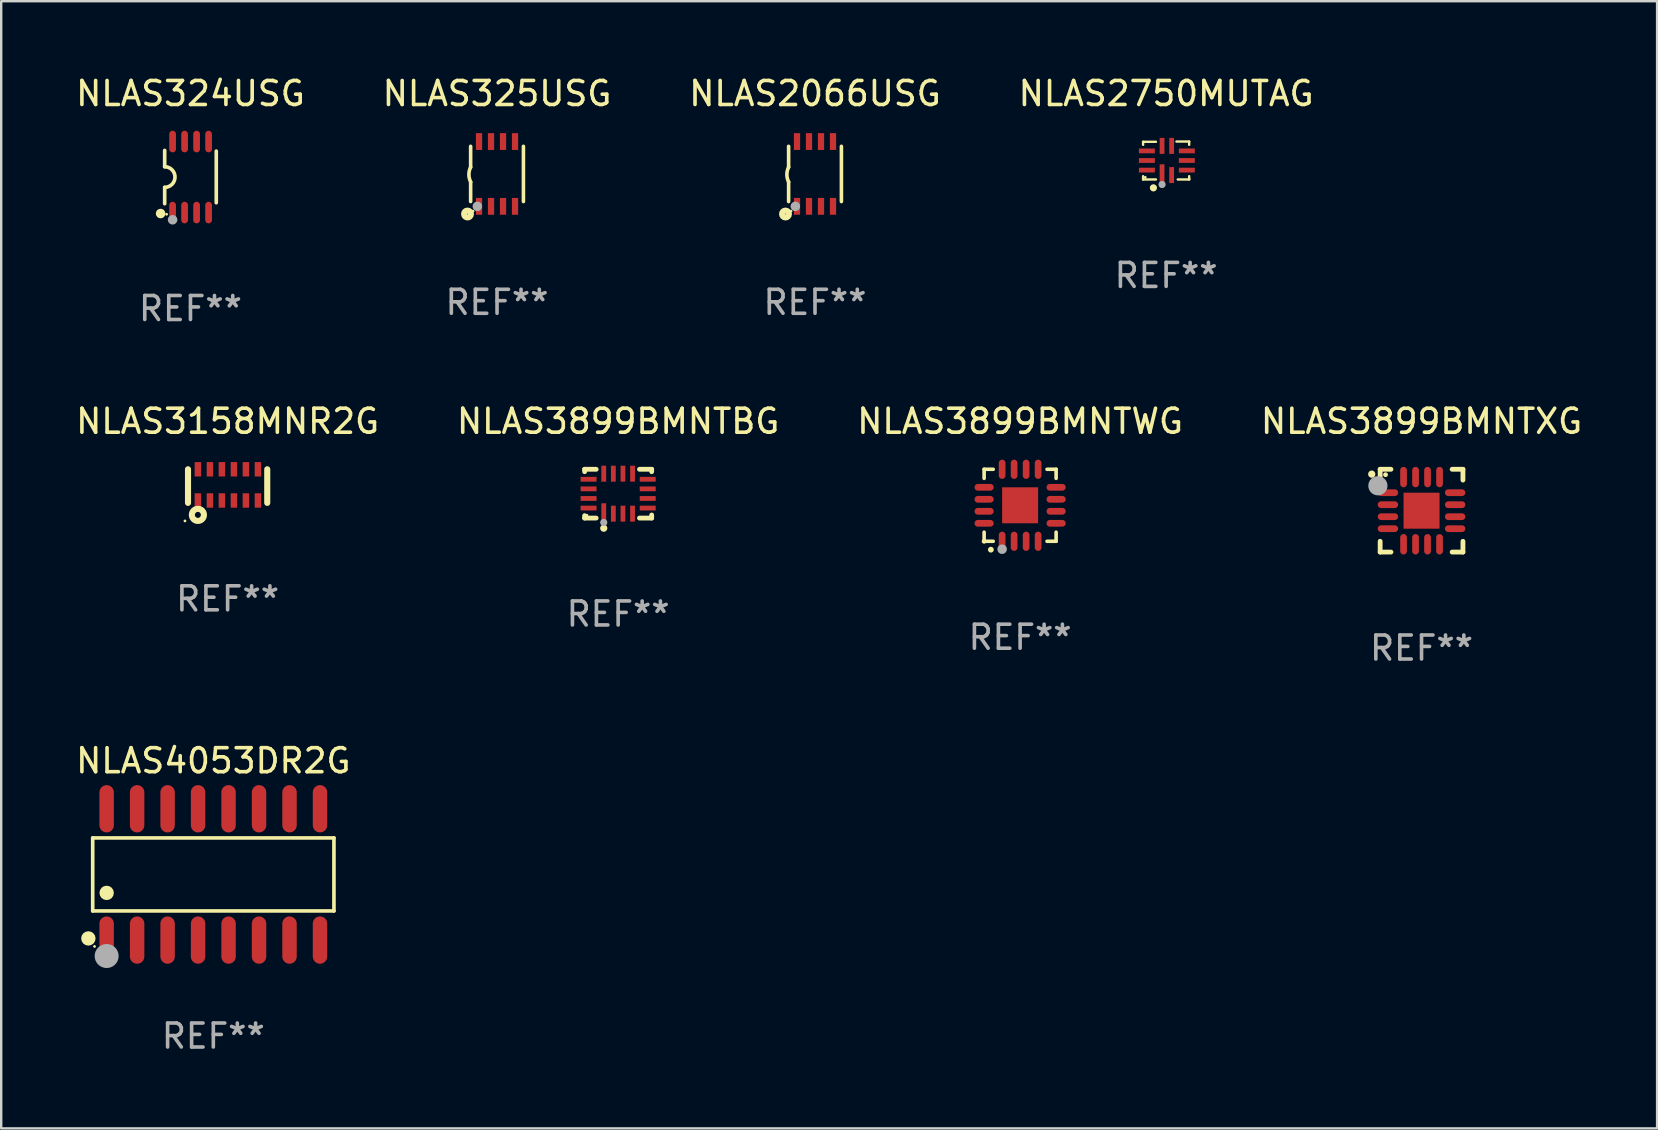
<source format=kicad_pcb>
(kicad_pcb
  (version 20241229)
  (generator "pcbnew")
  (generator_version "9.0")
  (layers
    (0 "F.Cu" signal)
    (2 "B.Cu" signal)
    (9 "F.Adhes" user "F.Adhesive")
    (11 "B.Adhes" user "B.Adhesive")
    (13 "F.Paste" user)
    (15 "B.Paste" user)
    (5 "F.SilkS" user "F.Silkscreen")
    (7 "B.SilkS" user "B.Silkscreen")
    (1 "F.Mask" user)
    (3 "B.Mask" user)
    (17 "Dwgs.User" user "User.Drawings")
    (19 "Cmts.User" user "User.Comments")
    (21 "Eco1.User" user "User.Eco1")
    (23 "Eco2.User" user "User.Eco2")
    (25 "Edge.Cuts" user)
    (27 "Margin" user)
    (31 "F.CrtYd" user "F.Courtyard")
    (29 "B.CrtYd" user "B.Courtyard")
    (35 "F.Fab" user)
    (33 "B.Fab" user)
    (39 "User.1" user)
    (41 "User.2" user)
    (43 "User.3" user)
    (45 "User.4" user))
  (footprint "NLAS3899BMNTWG"
    (layer "F.Cu")
    (at 39.458 18.005)
    (property "Reference" "NLAS3899BMNTWG" (at 0 -3.5 0) (layer "F.SilkS") (effects (font (size 1 1) (thickness 0.15))))
    (attr through_hole)
    (fp_line (start -1.5 -1.5) (end -1.121 -1.5) (stroke (width 0.15) (type solid)) (layer "F.SilkS"))
    (fp_line (start -1.5 -1.122) (end -1.5 -1.5) (stroke (width 0.15) (type solid)) (layer "F.SilkS"))
    (fp_line (start -1.5 1.5) (end -1.5 1.121) (stroke (width 0.15) (type solid)) (layer "F.SilkS"))
    (fp_line (start -1.121 1.5) (end -1.5 1.5) (stroke (width 0.15) (type solid)) (layer "F.SilkS"))
    (fp_line (start 1.121 -1.5) (end 1.5 -1.5) (stroke (width 0.15) (type solid)) (layer "F.SilkS"))
    (fp_line (start 1.5 -1.5) (end 1.5 -1.122) (stroke (width 0.15) (type solid)) (layer "F.SilkS"))
    (fp_line (start 1.5 1.121) (end 1.5 1.5) (stroke (width 0.15) (type solid)) (layer "F.SilkS"))
    (fp_line (start 1.5 1.5) (end 1.121 1.5) (stroke (width 0.15) (type solid)) (layer "F.SilkS"))
    (fp_arc (start -1.219926 1.850254) (mid -1.21891 1.85025) (end -1.217894 1.850254) (stroke (width 0.240005) (type solid)) (layer "F.SilkS"))
    (fp_circle (center -1.5 1.5) (end -1.45 1.5) (stroke (width 0.1) (type solid)) (fill no) (layer "F.SilkS"))
    (fp_circle (center -0.75 1.83) (end -0.65 1.83) (stroke (width 0.2) (type solid)) (fill no) (layer "F.Fab"))
    (fp_text user "REF**" (at 0 5.5 0) (layer "F.Fab") (effects (font (size 1 1) (thickness 0.15))))
    (pad "1" smd oval (at -0.75 1.5) (size 0.28 0.8) (layers "F.Cu" "F.Mask" "F.Paste"))
    (pad "2" smd oval (at -0.25 1.5) (size 0.28 0.8) (layers "F.Cu" "F.Mask" "F.Paste"))
    (pad "3" smd oval (at 0.25 1.5) (size 0.28 0.8) (layers "F.Cu" "F.Mask" "F.Paste"))
    (pad "4" smd oval (at 0.75 1.5) (size 0.28 0.8) (layers "F.Cu" "F.Mask" "F.Paste"))
    (pad "5" smd oval (at 1.5 0.75) (size 0.8 0.28) (layers "F.Cu" "F.Mask" "F.Paste"))
    (pad "6" smd oval (at 1.5 0.25) (size 0.8 0.28) (layers "F.Cu" "F.Mask" "F.Paste"))
    (pad "7" smd oval (at 1.5 -0.25) (size 0.8 0.28) (layers "F.Cu" "F.Mask" "F.Paste"))
    (pad "8" smd oval (at 1.5 -0.75) (size 0.8 0.28) (layers "F.Cu" "F.Mask" "F.Paste"))
    (pad "9" smd oval (at 0.75 -1.5) (size 0.28 0.8) (layers "F.Cu" "F.Mask" "F.Paste"))
    (pad "10" smd oval (at 0.25 -1.5) (size 0.28 0.8) (layers "F.Cu" "F.Mask" "F.Paste"))
    (pad "11" smd oval (at -0.25 -1.5) (size 0.28 0.8) (layers "F.Cu" "F.Mask" "F.Paste"))
    (pad "12" smd oval (at -0.75 -1.5) (size 0.28 0.8) (layers "F.Cu" "F.Mask" "F.Paste"))
    (pad "13" smd oval (at -1.5 -0.75) (size 0.8 0.28) (layers "F.Cu" "F.Mask" "F.Paste"))
    (pad "14" smd oval (at -1.5 -0.25) (size 0.8 0.28) (layers "F.Cu" "F.Mask" "F.Paste"))
    (pad "15" smd oval (at -1.5 0.25) (size 0.8 0.28) (layers "F.Cu" "F.Mask" "F.Paste"))
    (pad "16" smd oval (at -1.5 0.75) (size 0.8 0.28) (layers "F.Cu" "F.Mask" "F.Paste"))
    (pad "17" smd rect (at -0.000064 0.000165) (size 1.5 1.5) (layers "F.Cu" "F.Mask" "F.Paste")))
  (footprint "NLAS3899BMNTXG"
    (layer "F.Cu")
    (at 56.185 18.23)
    (property "Reference" "NLAS3899BMNTXG" (at 0 -3.725 0) (layer "F.SilkS") (effects (font (size 1 1) (thickness 0.15))))
    (attr through_hole)
    (fp_line (start -1.725 -1.725) (end -1.275 -1.725) (stroke (width 0.2) (type solid)) (layer "F.SilkS"))
    (fp_line (start -1.725 -1.275) (end -1.725 -1.725) (stroke (width 0.2) (type solid)) (layer "F.SilkS"))
    (fp_line (start -1.725 1.725) (end -1.725 1.275) (stroke (width 0.2) (type solid)) (layer "F.SilkS"))
    (fp_line (start -1.275 1.725) (end -1.725 1.725) (stroke (width 0.2) (type solid)) (layer "F.SilkS"))
    (fp_line (start 1.275 -1.725) (end 1.725 -1.725) (stroke (width 0.2) (type solid)) (layer "F.SilkS"))
    (fp_line (start 1.275 1.725) (end 1.725 1.725) (stroke (width 0.2) (type solid)) (layer "F.SilkS"))
    (fp_line (start 1.725 -1.725) (end 1.725 -1.275) (stroke (width 0.2) (type solid)) (layer "F.SilkS"))
    (fp_line (start 1.725 1.725) (end 1.725 1.275) (stroke (width 0.2) (type solid)) (layer "F.SilkS"))
    (fp_arc (start -2.075184 -1.521463) (mid -2.075189 -1.522733) (end -2.075184 -1.524003) (stroke (width 0.3) (type solid)) (layer "F.SilkS"))
    (fp_circle (center -1.5 -1.5) (end -1.45 -1.5) (stroke (width 0.1) (type solid)) (fill no) (layer "F.SilkS"))
    (fp_circle (center -1.819 -1.039) (end -1.619 -1.039) (stroke (width 0.4) (type solid)) (fill no) (layer "F.Fab"))
    (fp_text user "REF**" (at 0 5.725 0) (layer "F.Fab") (effects (font (size 1 1) (thickness 0.15))))
    (pad "1" smd oval (at -1.4 -0.75 90) (size 0.28 0.85) (layers "F.Cu" "F.Mask" "F.Paste"))
    (pad "2" smd oval (at -1.4 -0.25 90) (size 0.28 0.85) (layers "F.Cu" "F.Mask" "F.Paste"))
    (pad "3" smd oval (at -1.4 0.25 90) (size 0.28 0.85) (layers "F.Cu" "F.Mask" "F.Paste"))
    (pad "4" smd oval (at -1.4 0.75 90) (size 0.28 0.85) (layers "F.Cu" "F.Mask" "F.Paste"))
    (pad "5" smd oval (at -0.75 1.4) (size 0.28 0.85) (layers "F.Cu" "F.Mask" "F.Paste"))
    (pad "6" smd oval (at -0.25 1.4) (size 0.28 0.85) (layers "F.Cu" "F.Mask" "F.Paste"))
    (pad "7" smd oval (at 0.25 1.4) (size 0.28 0.85) (layers "F.Cu" "F.Mask" "F.Paste"))
    (pad "8" smd oval (at 0.75 1.4) (size 0.28 0.85) (layers "F.Cu" "F.Mask" "F.Paste"))
    (pad "9" smd oval (at 1.4 0.75 90) (size 0.28 0.85) (layers "F.Cu" "F.Mask" "F.Paste"))
    (pad "10" smd oval (at 1.4 0.25 90) (size 0.28 0.85) (layers "F.Cu" "F.Mask" "F.Paste"))
    (pad "11" smd oval (at 1.4 -0.25 90) (size 0.28 0.85) (layers "F.Cu" "F.Mask" "F.Paste"))
    (pad "12" smd oval (at 1.4 -0.75 90) (size 0.28 0.85) (layers "F.Cu" "F.Mask" "F.Paste"))
    (pad "13" smd oval (at 0.75 -1.4) (size 0.28 0.85) (layers "F.Cu" "F.Mask" "F.Paste"))
    (pad "14" smd oval (at 0.25 -1.4) (size 0.28 0.85) (layers "F.Cu" "F.Mask" "F.Paste"))
    (pad "15" smd oval (at -0.25 -1.4) (size 0.28 0.85) (layers "F.Cu" "F.Mask" "F.Paste"))
    (pad "16" smd oval (at -0.75 -1.4) (size 0.28 0.85) (layers "F.Cu" "F.Mask" "F.Paste"))
    (pad "17" smd rect (at -0.000051 -0.000051) (size 1.5 1.5) (layers "F.Cu" "F.Mask" "F.Paste")))
  (footprint "NLAS2750MUTAG"
    (layer "F.Cu")
    (at 45.542 3.638)
    (property "Reference" "NLAS2750MUTAG" (at 0 -2.79 0) (layer "F.SilkS") (effects (font (size 1 1) (thickness 0.15))))
    (attr through_hole)
    (fp_line (start -0.96 -0.78) (end -0.424 -0.78) (stroke (width 0.1) (type solid)) (layer "F.SilkS"))
    (fp_line (start -0.96 -0.654) (end -0.96 -0.78) (stroke (width 0.1) (type solid)) (layer "F.SilkS"))
    (fp_line (start -0.96 0.79) (end -0.96 0.654) (stroke (width 0.1) (type solid)) (layer "F.SilkS"))
    (fp_line (start -0.424 0.79) (end -0.96 0.79) (stroke (width 0.1) (type solid)) (layer "F.SilkS"))
    (fp_line (start 0.43 -0.79) (end 0.96 -0.79) (stroke (width 0.1) (type solid)) (layer "F.SilkS"))
    (fp_line (start 0.96 -0.79) (end 0.96 -0.654) (stroke (width 0.1) (type solid)) (layer "F.SilkS"))
    (fp_line (start 0.96 0.654) (end 0.96 0.76) (stroke (width 0.1) (type solid)) (layer "F.SilkS"))
    (fp_line (start 0.96 0.76) (end 0.96 0.79) (stroke (width 0.1) (type solid)) (layer "F.SilkS"))
    (fp_line (start 0.96 0.79) (end 0.484 0.79) (stroke (width 0.1) (type solid)) (layer "F.SilkS"))
    (fp_circle (center -0.87 0.7) (end -0.84 0.7) (stroke (width 0.06) (type solid)) (fill no) (layer "F.SilkS"))
    (fp_circle (center -0.53 1.14) (end -0.455 1.14) (stroke (width 0.15) (type solid)) (fill no) (layer "F.SilkS"))
    (fp_circle (center -0.17 1) (end -0.095 1) (stroke (width 0.15) (type solid)) (fill no) (layer "F.Fab"))
    (fp_text user "REF**" (at 0 4.79 0) (layer "F.Fab") (effects (font (size 1 1) (thickness 0.15))))
    (pad "1" smd rect (at -0.17 0.608) (size 0.2 0.9) (layers "F.Cu" "F.Mask" "F.Paste"))
    (pad "2" smd rect (at 0.23 0.608) (size 0.2 0.665) (layers "F.Cu" "F.Mask" "F.Paste"))
    (pad "3" smd rect (at 0.862 0.4) (size 0.665 0.2) (layers "F.Cu" "F.Mask" "F.Paste"))
    (pad "4" smd rect (at 0.862 0) (size 0.665 0.2) (layers "F.Cu" "F.Mask" "F.Paste"))
    (pad "5" smd rect (at 0.862 -0.4) (size 0.665 0.2) (layers "F.Cu" "F.Mask" "F.Paste"))
    (pad "6" smd rect (at 0.23 -0.608) (size 0.2 0.665) (layers "F.Cu" "F.Mask" "F.Paste"))
    (pad "7" smd rect (at -0.17 -0.608) (size 0.2 0.665) (layers "F.Cu" "F.Mask" "F.Paste"))
    (pad "8" smd rect (at -0.802 -0.4) (size 0.665 0.2) (layers "F.Cu" "F.Mask" "F.Paste"))
    (pad "9" smd rect (at -0.802 0) (size 0.665 0.2) (layers "F.Cu" "F.Mask" "F.Paste"))
    (pad "10" smd rect (at -0.802 0.4) (size 0.665 0.2) (layers "F.Cu" "F.Mask" "F.Paste")))
  (footprint "NLAS325USG"
    (layer "F.Cu")
    (at 17.661 4.198)
    (property "Reference" "NLAS325USG" (at 0 -3.35 0) (layer "F.SilkS") (effects (font (size 1 1) (thickness 0.15))))
    (attr through_hole)
    (fp_line (start -1.1 -1.15) (end -1.1 -0.282) (stroke (width 0.15) (type solid)) (layer "F.SilkS"))
    (fp_line (start -1.1 1.15) (end -1.1 0.332) (stroke (width 0.15) (type solid)) (layer "F.SilkS"))
    (fp_line (start 1.1 -1.15) (end 1.1 1.15) (stroke (width 0.15) (type solid)) (layer "F.SilkS"))
    (fp_arc (start -1.098883 0.33274) (mid -1.171878 0.025277) (end -1.1 -0.282449) (stroke (width 0.150013) (type solid)) (layer "F.SilkS"))
    (fp_circle (center -1.23 1.67) (end -1.087 1.67) (stroke (width 0.254) (type solid)) (fill no) (layer "F.SilkS"))
    (fp_circle (center -1 1.55) (end -0.97 1.55) (stroke (width 0.06) (type solid)) (fill no) (layer "F.SilkS"))
    (fp_circle (center -0.82 1.35) (end -0.72 1.35) (stroke (width 0.2) (type solid)) (fill no) (layer "F.Fab"))
    (fp_text user "REF**" (at 0 5.35 0) (layer "F.Fab") (effects (font (size 1 1) (thickness 0.15))))
    (pad "1" smd rect (at -0.75 1.35) (size 0.26 0.7) (layers "F.Cu" "F.Mask" "F.Paste"))
    (pad "2" smd rect (at -0.25 1.35) (size 0.26 0.7) (layers "F.Cu" "F.Mask" "F.Paste"))
    (pad "3" smd rect (at 0.25 1.35) (size 0.26 0.7) (layers "F.Cu" "F.Mask" "F.Paste"))
    (pad "4" smd rect (at 0.75 1.35) (size 0.26 0.7) (layers "F.Cu" "F.Mask" "F.Paste"))
    (pad "5" smd rect (at 0.75 -1.35) (size 0.26 0.7) (layers "F.Cu" "F.Mask" "F.Paste"))
    (pad "6" smd rect (at 0.25 -1.35) (size 0.26 0.7) (layers "F.Cu" "F.Mask" "F.Paste"))
    (pad "7" smd rect (at -0.25 -1.35) (size 0.26 0.7) (layers "F.Cu" "F.Mask" "F.Paste"))
    (pad "8" smd rect (at -0.75 -1.35) (size 0.26 0.7) (layers "F.Cu" "F.Mask" "F.Paste")))
  (footprint "NLAS3158MNR2G"
    (layer "F.Cu")
    (at 6.435 17.205)
    (property "Reference" "NLAS3158MNR2G" (at 0 -2.7 0) (layer "F.SilkS") (effects (font (size 1 1) (thickness 0.15))))
    (attr through_hole)
    (fp_line (start -1.651 0.7) (end -1.651 -0.7) (stroke (width 0.254) (type solid)) (layer "F.SilkS"))
    (fp_line (start 1.651 0.7) (end 1.651 -0.7) (stroke (width 0.254) (type solid)) (layer "F.SilkS"))
    (fp_circle (center -1.778 1.452) (end -1.748 1.452) (stroke (width 0.06) (type solid)) (fill no) (layer "F.SilkS"))
    (fp_circle (center -1.239 1.2) (end -1.114 1.2) (stroke (width 0.254) (type solid)) (fill no) (layer "F.SilkS"))
    (fp_text user "REF**" (at 0 4.7 0) (layer "F.Fab") (effects (font (size 1 1) (thickness 0.15))))
    (pad "1" smd rect (at -1.239 0.6 180) (size 0.27 0.6) (layers "F.Cu" "F.Mask" "F.Paste"))
    (pad "2" smd rect (at -0.738 0.6 180) (size 0.27 0.6) (layers "F.Cu" "F.Mask" "F.Paste"))
    (pad "3" smd rect (at -0.239 0.6 180) (size 0.27 0.6) (layers "F.Cu" "F.Mask" "F.Paste"))
    (pad "4" smd rect (at 0.262 0.6 180) (size 0.27 0.6) (layers "F.Cu" "F.Mask" "F.Paste"))
    (pad "5" smd rect (at 0.761 0.6 180) (size 0.27 0.6) (layers "F.Cu" "F.Mask" "F.Paste"))
    (pad "6" smd rect (at 1.262 0.6 180) (size 0.27 0.6) (layers "F.Cu" "F.Mask" "F.Paste"))
    (pad "7" smd rect (at 1.262 -0.7 180) (size 0.27 0.6) (layers "F.Cu" "F.Mask" "F.Paste"))
    (pad "8" smd rect (at 0.761 -0.7 180) (size 0.27 0.6) (layers "F.Cu" "F.Mask" "F.Paste"))
    (pad "9" smd rect (at 0.262 -0.7 180) (size 0.27 0.6) (layers "F.Cu" "F.Mask" "F.Paste"))
    (pad "10" smd rect (at -0.239 -0.7 180) (size 0.27 0.6) (layers "F.Cu" "F.Mask" "F.Paste"))
    (pad "11" smd rect (at -0.738 -0.7 180) (size 0.27 0.6) (layers "F.Cu" "F.Mask" "F.Paste"))
    (pad "12" smd rect (at -1.239 -0.7 180) (size 0.27 0.6) (layers "F.Cu" "F.Mask" "F.Paste")))
  (footprint "NLAS2066USG"
    (layer "F.Cu")
    (at 30.911 4.198)
    (property "Reference" "NLAS2066USG" (at 0 -3.35 0) (layer "F.SilkS") (effects (font (size 1 1) (thickness 0.15))))
    (attr through_hole)
    (fp_line (start -1.1 -1.15) (end -1.1 -0.282) (stroke (width 0.15) (type solid)) (layer "F.SilkS"))
    (fp_line (start -1.1 1.15) (end -1.1 0.332) (stroke (width 0.15) (type solid)) (layer "F.SilkS"))
    (fp_line (start 1.1 -1.15) (end 1.1 1.15) (stroke (width 0.15) (type solid)) (layer "F.SilkS"))
    (fp_arc (start -1.098883 0.33274) (mid -1.171878 0.025277) (end -1.1 -0.282449) (stroke (width 0.150013) (type solid)) (layer "F.SilkS"))
    (fp_circle (center -1.23 1.67) (end -1.087 1.67) (stroke (width 0.254) (type solid)) (fill no) (layer "F.SilkS"))
    (fp_circle (center -1 1.55) (end -0.97 1.55) (stroke (width 0.06) (type solid)) (fill no) (layer "F.SilkS"))
    (fp_circle (center -0.82 1.35) (end -0.72 1.35) (stroke (width 0.2) (type solid)) (fill no) (layer "F.Fab"))
    (fp_text user "REF**" (at 0 5.35 0) (layer "F.Fab") (effects (font (size 1 1) (thickness 0.15))))
    (pad "1" smd rect (at -0.75 1.35) (size 0.26 0.7) (layers "F.Cu" "F.Mask" "F.Paste"))
    (pad "2" smd rect (at -0.25 1.35) (size 0.26 0.7) (layers "F.Cu" "F.Mask" "F.Paste"))
    (pad "3" smd rect (at 0.25 1.35) (size 0.26 0.7) (layers "F.Cu" "F.Mask" "F.Paste"))
    (pad "4" smd rect (at 0.75 1.35) (size 0.26 0.7) (layers "F.Cu" "F.Mask" "F.Paste"))
    (pad "5" smd rect (at 0.75 -1.35) (size 0.26 0.7) (layers "F.Cu" "F.Mask" "F.Paste"))
    (pad "6" smd rect (at 0.25 -1.35) (size 0.26 0.7) (layers "F.Cu" "F.Mask" "F.Paste"))
    (pad "7" smd rect (at -0.25 -1.35) (size 0.26 0.7) (layers "F.Cu" "F.Mask" "F.Paste"))
    (pad "8" smd rect (at -0.75 -1.35) (size 0.26 0.7) (layers "F.Cu" "F.Mask" "F.Paste")))
  (footprint "NLAS3899BMNTBG"
    (layer "F.Cu")
    (at 22.708 17.521)
    (property "Reference" "NLAS3899BMNTBG" (at 0 -3.016 0) (layer "F.SilkS") (effects (font (size 1 1) (thickness 0.15))))
    (attr through_hole)
    (fp_line (start -1.397 -1.016) (end -1.397 -0.916) (stroke (width 0.2) (type solid)) (layer "F.SilkS"))
    (fp_line (start -1.397 0.916) (end -1.397 1.016) (stroke (width 0.2) (type solid)) (layer "F.SilkS"))
    (fp_line (start -1.397 1.016) (end -0.916 1.016) (stroke (width 0.2) (type solid)) (layer "F.SilkS"))
    (fp_line (start -0.916 -1.016) (end -1.397 -1.016) (stroke (width 0.2) (type solid)) (layer "F.SilkS"))
    (fp_line (start 0.889 -1.016) (end 1.397 -1.016) (stroke (width 0.2) (type solid)) (layer "F.SilkS"))
    (fp_line (start 1.397 -1.016) (end 1.397 -0.916) (stroke (width 0.2) (type solid)) (layer "F.SilkS"))
    (fp_line (start 1.397 0.889) (end 1.397 1.016) (stroke (width 0.2) (type solid)) (layer "F.SilkS"))
    (fp_line (start 1.397 1.016) (end 0.889 1.016) (stroke (width 0.2) (type solid)) (layer "F.SilkS"))
    (fp_circle (center -1.3 0.9) (end -1.27 0.9) (stroke (width 0.06) (type solid)) (fill no) (layer "F.SilkS"))
    (fp_circle (center -0.6 1.44) (end -0.525 1.44) (stroke (width 0.15) (type solid)) (fill no) (layer "F.SilkS"))
    (fp_circle (center -0.6 1.2) (end -0.525 1.2) (stroke (width 0.15) (type solid)) (fill no) (layer "F.Fab"))
    (fp_text user "REF**" (at 0 5.016 0) (layer "F.Fab") (effects (font (size 1 1) (thickness 0.15))))
    (pad "1" smd rect (at -0.6 0.782) (size 0.2 0.765) (layers "F.Cu" "F.Mask" "F.Paste"))
    (pad "2" smd rect (at -0.2 0.833) (size 0.2 0.665) (layers "F.Cu" "F.Mask" "F.Paste"))
    (pad "3" smd rect (at 0.2 0.833) (size 0.2 0.665) (layers "F.Cu" "F.Mask" "F.Paste"))
    (pad "4" smd rect (at 0.6 0.833) (size 0.2 0.665) (layers "F.Cu" "F.Mask" "F.Paste"))
    (pad "5" smd rect (at 1.232 0.6) (size 0.665 0.2) (layers "F.Cu" "F.Mask" "F.Paste"))
    (pad "6" smd rect (at 1.232 0.2) (size 0.665 0.2) (layers "F.Cu" "F.Mask" "F.Paste"))
    (pad "7" smd rect (at 1.232 -0.2) (size 0.665 0.2) (layers "F.Cu" "F.Mask" "F.Paste"))
    (pad "8" smd rect (at 1.232 -0.6) (size 0.665 0.2) (layers "F.Cu" "F.Mask" "F.Paste"))
    (pad "9" smd rect (at 0.6 -0.833) (size 0.2 0.665) (layers "F.Cu" "F.Mask" "F.Paste"))
    (pad "10" smd rect (at 0.2 -0.833) (size 0.2 0.665) (layers "F.Cu" "F.Mask" "F.Paste"))
    (pad "11" smd rect (at -0.2 -0.833) (size 0.2 0.665) (layers "F.Cu" "F.Mask" "F.Paste"))
    (pad "12" smd rect (at -0.6 -0.833) (size 0.2 0.665) (layers "F.Cu" "F.Mask" "F.Paste"))
    (pad "13" smd rect (at -1.232 -0.6) (size 0.665 0.2) (layers "F.Cu" "F.Mask" "F.Paste"))
    (pad "14" smd rect (at -1.232 -0.2) (size 0.665 0.2) (layers "F.Cu" "F.Mask" "F.Paste"))
    (pad "15" smd rect (at -1.232 0.2) (size 0.665 0.2) (layers "F.Cu" "F.Mask" "F.Paste"))
    (pad "16" smd rect (at -1.232 0.6) (size 0.665 0.2) (layers "F.Cu" "F.Mask" "F.Paste")))
  (footprint "NLAS4053DR2G"
    (layer "F.Cu")
    (at 5.839 33.387)
    (property "Reference" "NLAS4053DR2G" (at 0 -4.736 0) (layer "F.SilkS") (effects (font (size 1 1) (thickness 0.15))))
    (attr through_hole)
    (fp_line (start -5.026 -1.521) (end 5.026 -1.521) (stroke (width 0.152) (type solid)) (layer "F.SilkS"))
    (fp_line (start -5.026 1.521) (end -5.026 -1.521) (stroke (width 0.152) (type solid)) (layer "F.SilkS"))
    (fp_line (start 5.026 -1.521) (end 5.026 1.521) (stroke (width 0.152) (type solid)) (layer "F.SilkS"))
    (fp_line (start 5.026 1.521) (end -5.026 1.521) (stroke (width 0.152) (type solid)) (layer "F.SilkS"))
    (fp_circle (center -5.207 2.667) (end -5.057 2.667) (stroke (width 0.3) (type solid)) (fill no) (layer "F.SilkS"))
    (fp_circle (center -4.95 3) (end -4.92 3) (stroke (width 0.06) (type solid)) (fill no) (layer "F.SilkS"))
    (fp_circle (center -4.445 0.769) (end -4.295 0.769) (stroke (width 0.3) (type solid)) (fill no) (layer "F.SilkS"))
    (fp_circle (center -4.445 3.4) (end -4.195 3.4) (stroke (width 0.5) (type solid)) (fill no) (layer "F.Fab"))
    (fp_text user "REF**" (at 0 6.736 0) (layer "F.Fab") (effects (font (size 1 1) (thickness 0.15))))
    (pad "1" smd oval (at -4.445 2.736) (size 0.602 1.971) (layers "F.Cu" "F.Mask" "F.Paste"))
    (pad "2" smd oval (at -3.175 2.736) (size 0.602 1.971) (layers "F.Cu" "F.Mask" "F.Paste"))
    (pad "3" smd oval (at -1.905 2.736) (size 0.602 1.971) (layers "F.Cu" "F.Mask" "F.Paste"))
    (pad "4" smd oval (at -0.635 2.736) (size 0.602 1.971) (layers "F.Cu" "F.Mask" "F.Paste"))
    (pad "5" smd oval (at 0.635 2.736) (size 0.602 1.971) (layers "F.Cu" "F.Mask" "F.Paste"))
    (pad "6" smd oval (at 1.905 2.736) (size 0.602 1.971) (layers "F.Cu" "F.Mask" "F.Paste"))
    (pad "7" smd oval (at 3.175 2.736) (size 0.602 1.971) (layers "F.Cu" "F.Mask" "F.Paste"))
    (pad "8" smd oval (at 4.445 2.736) (size 0.602 1.971) (layers "F.Cu" "F.Mask" "F.Paste"))
    (pad "9" smd oval (at 4.445 -2.736) (size 0.602 1.971) (layers "F.Cu" "F.Mask" "F.Paste"))
    (pad "10" smd oval (at 3.175 -2.736) (size 0.602 1.971) (layers "F.Cu" "F.Mask" "F.Paste"))
    (pad "11" smd oval (at 1.905 -2.736) (size 0.602 1.971) (layers "F.Cu" "F.Mask" "F.Paste"))
    (pad "12" smd oval (at 0.635 -2.736) (size 0.602 1.971) (layers "F.Cu" "F.Mask" "F.Paste"))
    (pad "13" smd oval (at -0.635 -2.736) (size 0.602 1.971) (layers "F.Cu" "F.Mask" "F.Paste"))
    (pad "14" smd oval (at -1.905 -2.736) (size 0.602 1.971) (layers "F.Cu" "F.Mask" "F.Paste"))
    (pad "15" smd oval (at -3.175 -2.736) (size 0.602 1.971) (layers "F.Cu" "F.Mask" "F.Paste"))
    (pad "16" smd oval (at -4.445 -2.736) (size 0.602 1.971) (layers "F.Cu" "F.Mask" "F.Paste")))
  (footprint "NLAS324USG"
    (layer "F.Cu")
    (at 4.887 4.328)
    (property "Reference" "NLAS324USG" (at 0 -3.48 0) (layer "F.SilkS") (effects (font (size 1 1) (thickness 0.15))))
    (attr through_hole)
    (fp_line (start -1.075 -1.11) (end -1.075 -0.43) (stroke (width 0.152) (type solid)) (layer "F.SilkS"))
    (fp_line (start -1.075 1.11) (end -1.075 0.43) (stroke (width 0.152) (type solid)) (layer "F.SilkS"))
    (fp_line (start 1.075 -1.08) (end 1.075 1.07) (stroke (width 0.152) (type solid)) (layer "F.SilkS"))
    (fp_arc (start -1.075272 -0.430531) (mid -0.645021 -0.000431) (end -1.074994 0.429947) (stroke (width 0.151994) (type solid)) (layer "F.SilkS"))
    (fp_circle (center -1.245 1.52) (end -1.145 1.52) (stroke (width 0.2) (type solid)) (fill no) (layer "F.SilkS"))
    (fp_circle (center -0.995 1.55) (end -0.965 1.55) (stroke (width 0.06) (type solid)) (fill no) (layer "F.SilkS"))
    (fp_circle (center -0.745 1.78) (end -0.645 1.78) (stroke (width 0.2) (type solid)) (fill no) (layer "F.Fab"))
    (fp_text user "REF**" (at 0 5.48 0) (layer "F.Fab") (effects (font (size 1 1) (thickness 0.15))))
    (pad "1" smd oval (at -0.745 1.48) (size 0.28 0.9) (layers "F.Cu" "F.Mask" "F.Paste"))
    (pad "2" smd oval (at -0.245 1.48) (size 0.28 0.9) (layers "F.Cu" "F.Mask" "F.Paste"))
    (pad "3" smd oval (at 0.255 1.48) (size 0.28 0.9) (layers "F.Cu" "F.Mask" "F.Paste"))
    (pad "4" smd oval (at 0.755 1.48) (size 0.28 0.9) (layers "F.Cu" "F.Mask" "F.Paste"))
    (pad "5" smd oval (at 0.755 -1.48) (size 0.28 0.9) (layers "F.Cu" "F.Mask" "F.Paste"))
    (pad "6" smd oval (at 0.255 -1.48) (size 0.28 0.9) (layers "F.Cu" "F.Mask" "F.Paste"))
    (pad "7" smd oval (at -0.245 -1.48) (size 0.28 0.9) (layers "F.Cu" "F.Mask" "F.Paste"))
    (pad "8" smd oval (at -0.745 -1.48) (size 0.28 0.9) (layers "F.Cu" "F.Mask" "F.Paste")))
  (gr_rect
    (start -3 -3)
    (end 66 43.971)
    (stroke (width 0.1) (type default))
    (fill no)
    (layer "Edge.Cuts")))
</source>
